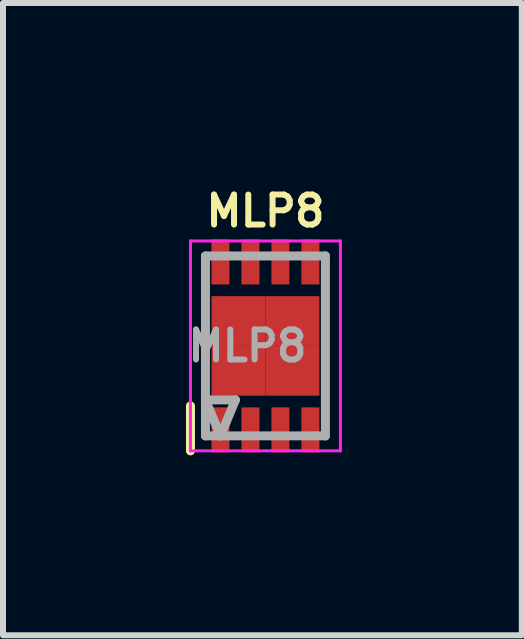
<source format=kicad_pcb>
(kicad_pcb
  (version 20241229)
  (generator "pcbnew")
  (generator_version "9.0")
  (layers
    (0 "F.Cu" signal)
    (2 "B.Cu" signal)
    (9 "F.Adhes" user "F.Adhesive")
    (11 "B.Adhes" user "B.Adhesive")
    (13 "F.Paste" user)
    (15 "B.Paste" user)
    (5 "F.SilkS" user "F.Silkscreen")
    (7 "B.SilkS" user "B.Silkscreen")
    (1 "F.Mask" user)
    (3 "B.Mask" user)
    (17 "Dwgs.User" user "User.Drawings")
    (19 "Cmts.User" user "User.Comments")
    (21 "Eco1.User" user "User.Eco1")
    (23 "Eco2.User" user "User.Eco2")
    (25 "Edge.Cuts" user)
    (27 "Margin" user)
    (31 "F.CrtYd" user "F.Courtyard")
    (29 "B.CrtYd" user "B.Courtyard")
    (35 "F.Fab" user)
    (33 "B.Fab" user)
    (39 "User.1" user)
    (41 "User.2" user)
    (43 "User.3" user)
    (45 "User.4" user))
  (footprint "MLP8"
    (layer "F.Cu")
    (at 1.376 2.718)
    (property "Reference" "MLP8" (at 0 -2.25 0) (layer "F.SilkS") (effects (font (size 0.5 0.5) (thickness 0.1))))
    (attr smd)
    (fp_line (start -1.25 1.75) (end -1.25 1) (stroke (width 0.15) (type solid)) (layer "F.SilkS"))
    (fp_line (start -1.25 -1.75) (end 1.25 -1.75) (stroke (width 0.05) (type solid)) (layer "F.CrtYd"))
    (fp_line (start -1.25 1.75) (end -1.25 -1.75) (stroke (width 0.05) (type solid)) (layer "F.CrtYd"))
    (fp_line (start -1.25 1.75) (end 1.25 1.75) (stroke (width 0.05) (type solid)) (layer "F.CrtYd"))
    (fp_line (start 1.25 1.75) (end 1.25 -1.75) (stroke (width 0.05) (type solid)) (layer "F.CrtYd"))
    (fp_line (start -1 -1.5) (end 1 -1.5) (stroke (width 0.15) (type solid)) (layer "F.Fab"))
    (fp_line (start -1 0.9) (end -0.5 0.9) (stroke (width 0.15) (type solid)) (layer "F.Fab"))
    (fp_line (start -1 1.5) (end -1 -1.5) (stroke (width 0.15) (type solid)) (layer "F.Fab"))
    (fp_line (start -0.75 1.5) (end -1 0.9) (stroke (width 0.15) (type solid)) (layer "F.Fab"))
    (fp_line (start -0.5 0.9) (end -0.75 1.5) (stroke (width 0.15) (type solid)) (layer "F.Fab"))
    (fp_line (start 1 -1.5) (end 1 1.5) (stroke (width 0.15) (type solid)) (layer "F.Fab"))
    (fp_line (start 1 1.5) (end -1 1.5) (stroke (width 0.15) (type solid)) (layer "F.Fab"))
    (fp_text user "${REFERENCE}" (at -0.3 0 180) (layer "F.Fab") (effects (font (size 0.5 0.5) (thickness 0.1))))
    (pad "1" smd rect (at -0.75 1.4 90) (size 0.75 0.3) (layers "F.Cu" "F.Mask" "F.Paste"))
    (pad "2" smd rect (at -0.25 1.4 90) (size 0.75 0.3) (layers "F.Cu" "F.Mask" "F.Paste"))
    (pad "3" smd rect (at 0.25 1.4 90) (size 0.75 0.3) (layers "F.Cu" "F.Mask" "F.Paste"))
    (pad "4" smd rect (at 0.75 1.4 90) (size 0.75 0.3) (layers "F.Cu" "F.Mask" "F.Paste"))
    (pad "5" smd rect (at 0.75 -1.4 90) (size 0.75 0.3) (layers "F.Cu" "F.Mask" "F.Paste"))
    (pad "6" smd rect (at 0.25 -1.4 90) (size 0.75 0.3) (layers "F.Cu" "F.Mask" "F.Paste"))
    (pad "7" smd rect (at -0.25 -1.4 90) (size 0.75 0.3) (layers "F.Cu" "F.Mask" "F.Paste"))
    (pad "8" smd rect (at -0.75 -1.4) (size 0.3 0.75) (layers "F.Cu" "F.Mask" "F.Paste"))
    (pad "9" smd rect (at -0.45 -0.415 90) (size 0.83 0.9) (layers "F.Cu" "F.Mask" "F.Paste"))
    (pad "9" smd rect (at -0.45 0.415 90) (size 0.83 0.9) (layers "F.Cu" "F.Mask" "F.Paste"))
    (pad "9" smd rect (at 0.45 -0.415 90) (size 0.83 0.9) (layers "F.Cu" "F.Mask" "F.Paste"))
    (pad "9" smd rect (at 0.45 0.415 90) (size 0.83 0.9) (layers "F.Cu" "F.Mask" "F.Paste")))
  (gr_rect
    (start -3 -3)
    (end 5.651 7.543)
    (stroke (width 0.1) (type default))
    (fill no)
    (layer "Edge.Cuts")))
</source>
